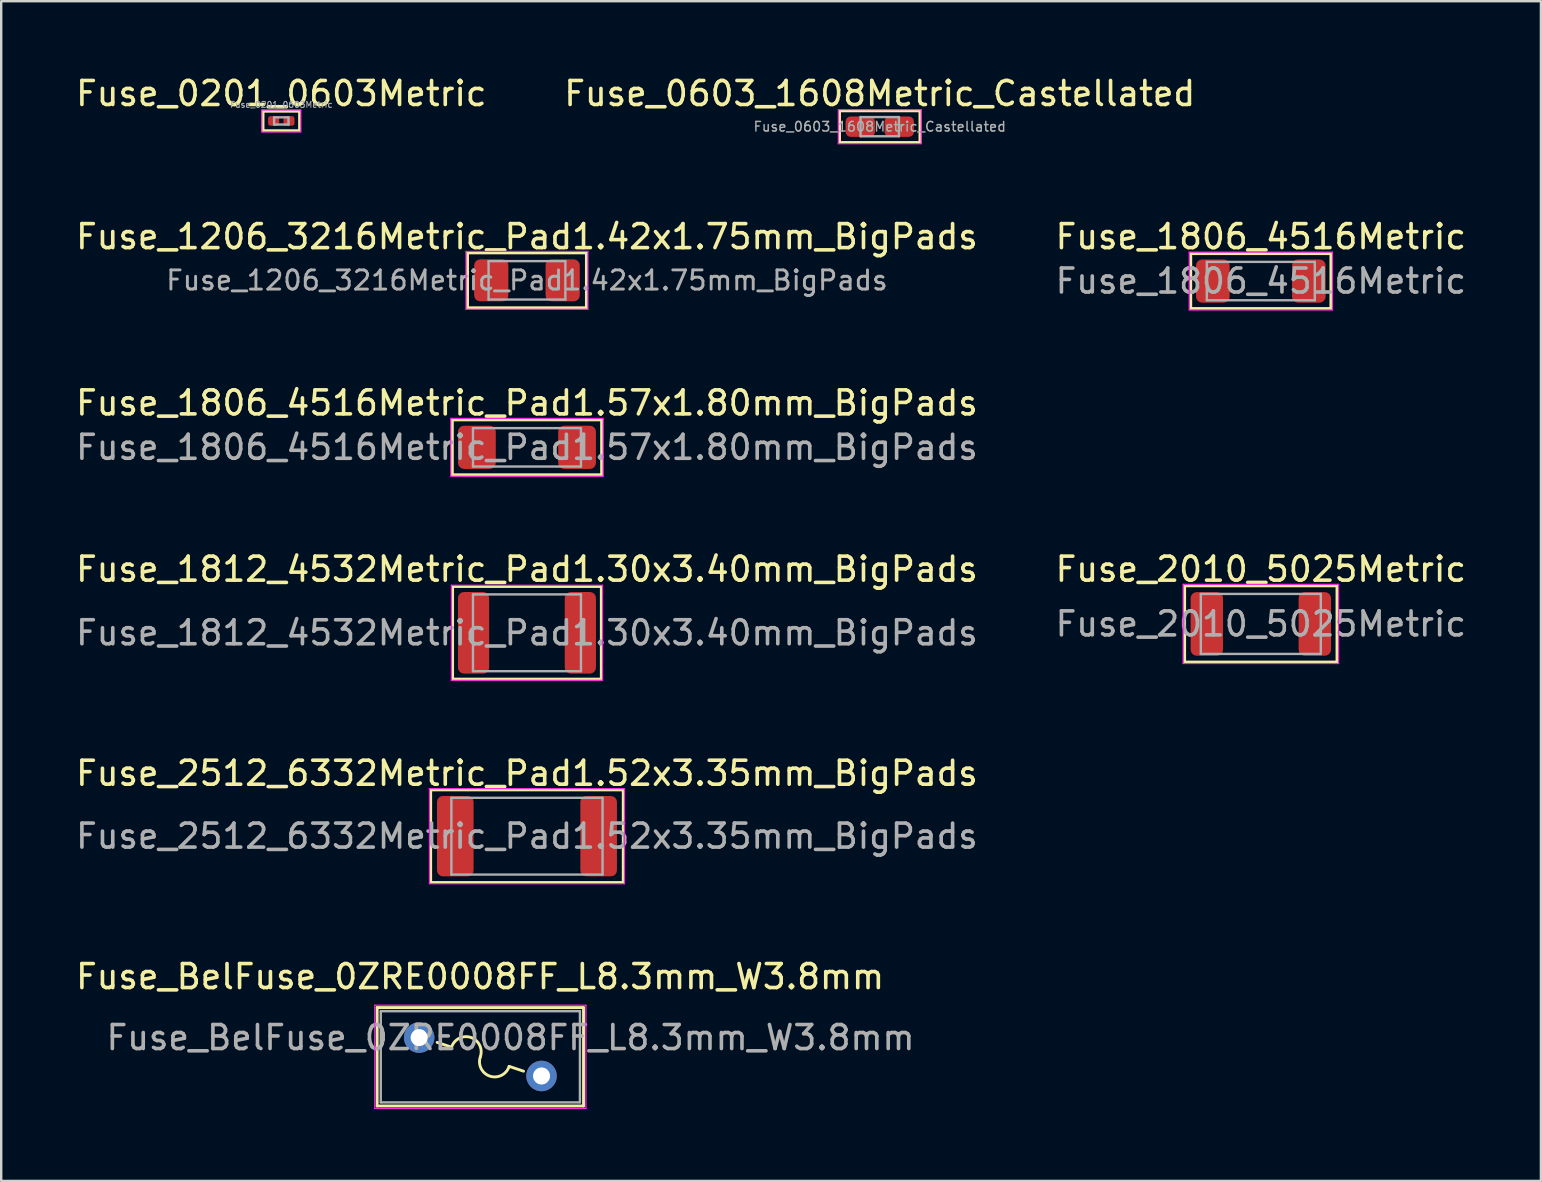
<source format=kicad_pcb>
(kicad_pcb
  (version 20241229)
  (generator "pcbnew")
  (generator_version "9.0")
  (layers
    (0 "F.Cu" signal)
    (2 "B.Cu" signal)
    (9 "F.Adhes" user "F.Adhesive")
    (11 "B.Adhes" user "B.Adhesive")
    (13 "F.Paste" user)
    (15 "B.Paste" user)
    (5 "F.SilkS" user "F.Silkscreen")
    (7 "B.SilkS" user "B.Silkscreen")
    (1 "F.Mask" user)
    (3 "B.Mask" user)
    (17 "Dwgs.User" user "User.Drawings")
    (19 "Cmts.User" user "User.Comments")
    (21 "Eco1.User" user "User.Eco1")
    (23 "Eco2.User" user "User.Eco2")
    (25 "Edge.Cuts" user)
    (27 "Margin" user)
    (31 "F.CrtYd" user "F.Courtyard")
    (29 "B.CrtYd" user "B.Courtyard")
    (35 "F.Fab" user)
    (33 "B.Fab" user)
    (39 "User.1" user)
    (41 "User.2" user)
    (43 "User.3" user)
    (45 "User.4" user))
  (footprint "Fuse_2010_5025Metric"
    (layer "F.Cu")
    (at 49.494 22.952)
    (property "Reference" "Fuse_2010_5025Metric" (at 0 -2.28 0) (layer "F.SilkS") (effects (font (size 1 1) (thickness 0.15))))
    (attr smd)
    (fp_line (start -3.175 -1.587) (end 3.175 -1.587) (stroke (width 0.12) (type solid)) (layer "F.SilkS"))
    (fp_line (start -3.175 1.587) (end -3.175 -1.587) (stroke (width 0.12) (type solid)) (layer "F.SilkS"))
    (fp_line (start 3.175 -1.587) (end 3.175 1.587) (stroke (width 0.12) (type solid)) (layer "F.SilkS"))
    (fp_line (start 3.175 1.587) (end -3.175 1.587) (stroke (width 0.12) (type solid)) (layer "F.SilkS"))
    (fp_line (start -3.239 -1.651) (end 3.239 -1.651) (stroke (width 0.05) (type solid)) (layer "F.CrtYd"))
    (fp_line (start -3.239 1.651) (end -3.239 -1.651) (stroke (width 0.05) (type solid)) (layer "F.CrtYd"))
    (fp_line (start 3.239 -1.651) (end 3.239 1.651) (stroke (width 0.05) (type solid)) (layer "F.CrtYd"))
    (fp_line (start 3.239 1.651) (end -3.239 1.651) (stroke (width 0.05) (type solid)) (layer "F.CrtYd"))
    (fp_line (start -2.5 -1.25) (end 2.5 -1.25) (stroke (width 0.1) (type solid)) (layer "F.Fab"))
    (fp_line (start -2.5 1.25) (end -2.5 -1.25) (stroke (width 0.1) (type solid)) (layer "F.Fab"))
    (fp_line (start 2.5 -1.25) (end 2.5 1.25) (stroke (width 0.1) (type solid)) (layer "F.Fab"))
    (fp_line (start 2.5 1.25) (end -2.5 1.25) (stroke (width 0.1) (type solid)) (layer "F.Fab"))
    (fp_text user "${REFERENCE}" (at 0 0 0) (layer "F.Fab") (effects (font (size 1 1) (thickness 0.15))))
    (pad "1" smd roundrect (at -2.25 0) (size 1.35 2.65) (layers "F.Cu" "F.Mask" "F.Paste") (roundrect_rratio 0.185))
    (pad "2" smd roundrect (at 2.25 0) (size 1.35 2.65) (layers "F.Cu" "F.Mask" "F.Paste") (roundrect_rratio 0.185)))
  (footprint "Fuse_0201_0603Metric"
    (layer "F.Cu")
    (at 8.673 1.991)
    (property "Reference" "Fuse_0201_0603Metric" (at 0 -1.143 0) (layer "F.SilkS") (effects (font (size 1 1) (thickness 0.15))))
    (attr smd)
    (fp_line (start -0.762 -0.406) (end 0.762 -0.406) (stroke (width 0.12) (type solid)) (layer "F.SilkS"))
    (fp_line (start -0.762 0.406) (end -0.762 -0.406) (stroke (width 0.12) (type solid)) (layer "F.SilkS"))
    (fp_line (start 0.762 -0.406) (end 0.762 0.406) (stroke (width 0.12) (type solid)) (layer "F.SilkS"))
    (fp_line (start 0.762 0.406) (end -0.762 0.406) (stroke (width 0.12) (type solid)) (layer "F.SilkS"))
    (fp_line (start -0.813 -0.457) (end 0.813 -0.457) (stroke (width 0.05) (type solid)) (layer "F.CrtYd"))
    (fp_line (start -0.813 0.457) (end -0.813 -0.457) (stroke (width 0.05) (type solid)) (layer "F.CrtYd"))
    (fp_line (start 0.813 -0.457) (end 0.813 0.457) (stroke (width 0.05) (type solid)) (layer "F.CrtYd"))
    (fp_line (start 0.813 0.457) (end -0.813 0.457) (stroke (width 0.05) (type solid)) (layer "F.CrtYd"))
    (fp_line (start -0.3 -0.15) (end 0.3 -0.15) (stroke (width 0.1) (type solid)) (layer "F.Fab"))
    (fp_line (start -0.3 0.15) (end -0.3 -0.15) (stroke (width 0.1) (type solid)) (layer "F.Fab"))
    (fp_line (start 0.3 -0.15) (end 0.3 0.15) (stroke (width 0.1) (type solid)) (layer "F.Fab"))
    (fp_line (start 0.3 0.15) (end -0.3 0.15) (stroke (width 0.1) (type solid)) (layer "F.Fab"))
    (fp_text user "${REFERENCE}" (at 0 -0.68 0) (layer "F.Fab") (effects (font (size 0.25 0.25) (thickness 0.04))))
    (pad "" smd roundrect (at -0.345 0) (size 0.318 0.36) (layers "F.Paste") (roundrect_rratio 0.25))
    (pad "" smd roundrect (at 0.345 0) (size 0.318 0.36) (layers "F.Paste") (roundrect_rratio 0.25))
    (pad "1" smd roundrect (at -0.32 0) (size 0.46 0.4) (layers "F.Cu" "F.Mask") (roundrect_rratio 0.25))
    (pad "2" smd roundrect (at 0.32 0) (size 0.46 0.4) (layers "F.Cu" "F.Mask") (roundrect_rratio 0.25)))
  (footprint "Fuse_1812_4532Metric_Pad1.30x3.40mm_BigPads"
    (layer "F.Cu")
    (at 18.911 23.322)
    (property "Reference" "Fuse_1812_4532Metric_Pad1.30x3.40mm_BigPads" (at 0 -2.65 0) (layer "F.SilkS") (effects (font (size 1 1) (thickness 0.15))))
    (attr smd)
    (fp_line (start -3.099 -1.93) (end 3.099 -1.93) (stroke (width 0.12) (type solid)) (layer "F.SilkS"))
    (fp_line (start -3.099 1.93) (end -3.099 -1.93) (stroke (width 0.12) (type solid)) (layer "F.SilkS"))
    (fp_line (start 3.099 -1.93) (end 3.099 1.93) (stroke (width 0.12) (type solid)) (layer "F.SilkS"))
    (fp_line (start 3.099 1.93) (end -3.099 1.93) (stroke (width 0.12) (type solid)) (layer "F.SilkS"))
    (fp_line (start -3.15 -1.981) (end 3.15 -1.981) (stroke (width 0.05) (type solid)) (layer "F.CrtYd"))
    (fp_line (start -3.15 1.981) (end -3.15 -1.981) (stroke (width 0.05) (type solid)) (layer "F.CrtYd"))
    (fp_line (start 3.15 -1.981) (end 3.15 1.981) (stroke (width 0.05) (type solid)) (layer "F.CrtYd"))
    (fp_line (start 3.15 1.981) (end -3.15 1.981) (stroke (width 0.05) (type solid)) (layer "F.CrtYd"))
    (fp_line (start -2.25 -1.6) (end 2.25 -1.6) (stroke (width 0.1) (type solid)) (layer "F.Fab"))
    (fp_line (start -2.25 1.6) (end -2.25 -1.6) (stroke (width 0.1) (type solid)) (layer "F.Fab"))
    (fp_line (start 2.25 -1.6) (end 2.25 1.6) (stroke (width 0.1) (type solid)) (layer "F.Fab"))
    (fp_line (start 2.25 1.6) (end -2.25 1.6) (stroke (width 0.1) (type solid)) (layer "F.Fab"))
    (fp_text user "${REFERENCE}" (at 0 0 0) (layer "F.Fab") (effects (font (size 1 1) (thickness 0.15))))
    (pad "1" smd roundrect (at -2.225 0) (size 1.3 3.4) (layers "F.Cu" "F.Mask" "F.Paste") (roundrect_rratio 0.192))
    (pad "2" smd roundrect (at 2.225 0) (size 1.3 3.4) (layers "F.Cu" "F.Mask" "F.Paste") (roundrect_rratio 0.192)))
  (footprint "Fuse_0603_1608Metric_Castellated"
    (layer "F.Cu")
    (at 33.613 2.228)
    (property "Reference" "Fuse_0603_1608Metric_Castellated" (at 0 -1.38 0) (layer "F.SilkS") (effects (font (size 1 1) (thickness 0.15))))
    (attr smd)
    (fp_line (start -1.676 -0.66) (end 1.676 -0.66) (stroke (width 0.12) (type solid)) (layer "F.SilkS"))
    (fp_line (start -1.676 0.66) (end -1.676 -0.66) (stroke (width 0.12) (type solid)) (layer "F.SilkS"))
    (fp_line (start 1.676 -0.66) (end 1.676 0.66) (stroke (width 0.12) (type solid)) (layer "F.SilkS"))
    (fp_line (start 1.676 0.66) (end -1.676 0.66) (stroke (width 0.12) (type solid)) (layer "F.SilkS"))
    (fp_line (start -1.727 -0.711) (end 1.727 -0.711) (stroke (width 0.05) (type solid)) (layer "F.CrtYd"))
    (fp_line (start -1.727 0.711) (end -1.727 -0.711) (stroke (width 0.05) (type solid)) (layer "F.CrtYd"))
    (fp_line (start 1.727 -0.711) (end 1.727 0.711) (stroke (width 0.05) (type solid)) (layer "F.CrtYd"))
    (fp_line (start 1.727 0.711) (end -1.727 0.711) (stroke (width 0.05) (type solid)) (layer "F.CrtYd"))
    (fp_line (start -0.8 -0.4) (end 0.8 -0.4) (stroke (width 0.1) (type solid)) (layer "F.Fab"))
    (fp_line (start -0.8 0.4) (end -0.8 -0.4) (stroke (width 0.1) (type solid)) (layer "F.Fab"))
    (fp_line (start 0.8 -0.4) (end 0.8 0.4) (stroke (width 0.1) (type solid)) (layer "F.Fab"))
    (fp_line (start 0.8 0.4) (end -0.8 0.4) (stroke (width 0.1) (type solid)) (layer "F.Fab"))
    (fp_text user "${REFERENCE}" (at 0 0 0) (layer "F.Fab") (effects (font (size 0.4 0.4) (thickness 0.06))))
    (pad "1" smd roundrect (at -0.812 0) (size 1.225 0.85) (layers "F.Cu" "F.Mask" "F.Paste") (roundrect_rratio 0.25))
    (pad "2" smd roundrect (at 0.812 0) (size 1.225 0.85) (layers "F.Cu" "F.Mask" "F.Paste") (roundrect_rratio 0.25)))
  (footprint "Fuse_BelFuse_0ZRE0008FF_L8.3mm_W3.8mm"
    (layer "F.Cu")
    (at 14.418 40.191)
    (property "Reference" "Fuse_BelFuse_0ZRE0008FF_L8.3mm_W3.8mm" (at 2.54 -2.54 0) (layer "F.SilkS") (effects (font (size 1 1) (thickness 0.15))))
    (fp_line (start -1.75 -1.25) (end -1.75 2.85) (stroke (width 0.12) (type solid)) (layer "F.SilkS"))
    (fp_line (start -1.75 -1.25) (end 6.85 -1.25) (stroke (width 0.12) (type solid)) (layer "F.SilkS"))
    (fp_line (start -1.75 2.85) (end 6.85 2.85) (stroke (width 0.12) (type solid)) (layer "F.SilkS"))
    (fp_line (start 0.75 0.2) (end 1.35 0.4) (stroke (width 0.12) (type solid)) (layer "F.SilkS"))
    (fp_line (start 3.75 1.2) (end 4.35 1.4) (stroke (width 0.12) (type solid)) (layer "F.SilkS"))
    (fp_line (start 6.85 -1.25) (end 6.85 2.85) (stroke (width 0.12) (type solid)) (layer "F.SilkS"))
    (fp_arc (start 1.350003 0.400002) (mid 2.150001 0.000002) (end 2.550001 0.8) (stroke (width 0.12) (type solid)) (layer "F.SilkS"))
    (fp_arc (start 3.749999 1.199998) (mid 2.950001 1.599998) (end 2.550001 0.8) (stroke (width 0.12) (type solid)) (layer "F.SilkS"))
    (fp_line (start -1.85 -1.35) (end -1.85 2.95) (stroke (width 0.05) (type solid)) (layer "F.CrtYd"))
    (fp_line (start -1.85 -1.35) (end 6.95 -1.35) (stroke (width 0.05) (type solid)) (layer "F.CrtYd"))
    (fp_line (start -1.85 2.95) (end 6.95 2.95) (stroke (width 0.05) (type solid)) (layer "F.CrtYd"))
    (fp_line (start 6.95 -1.35) (end 6.95 2.95) (stroke (width 0.05) (type solid)) (layer "F.CrtYd"))
    (fp_line (start -1.6 -1.1) (end -1.6 2.7) (stroke (width 0.1) (type solid)) (layer "F.Fab"))
    (fp_line (start -1.6 -1.1) (end 6.7 -1.1) (stroke (width 0.1) (type solid)) (layer "F.Fab"))
    (fp_line (start -1.6 2.7) (end 6.7 2.7) (stroke (width 0.1) (type solid)) (layer "F.Fab"))
    (fp_line (start 6.7 -1.1) (end 6.7 2.7) (stroke (width 0.1) (type solid)) (layer "F.Fab"))
    (fp_text user "${REFERENCE}" (at 3.81 0 0) (layer "F.Fab") (effects (font (size 1 1) (thickness 0.15))))
    (pad "1" thru_hole circle (at 0 0) (size 1.27 1.27) (drill 0.71) (layers "*.Cu" "*.Mask"))
    (pad "2" thru_hole circle (at 5.1 1.6) (size 1.27 1.27) (drill 0.71) (layers "*.Cu" "*.Mask")))
  (footprint "Fuse_2512_6332Metric_Pad1.52x3.35mm_BigPads"
    (layer "F.Cu")
    (at 18.911 31.797)
    (property "Reference" "Fuse_2512_6332Metric_Pad1.52x3.35mm_BigPads" (at 0 -2.62 0) (layer "F.SilkS") (effects (font (size 1 1) (thickness 0.15))))
    (attr smd)
    (fp_line (start -4.013 -1.93) (end 4.013 -1.93) (stroke (width 0.12) (type solid)) (layer "F.SilkS"))
    (fp_line (start -4.013 1.93) (end -4.013 -1.93) (stroke (width 0.12) (type solid)) (layer "F.SilkS"))
    (fp_line (start 4.013 -1.93) (end 4.013 1.93) (stroke (width 0.12) (type solid)) (layer "F.SilkS"))
    (fp_line (start 4.013 1.93) (end -4.013 1.93) (stroke (width 0.12) (type solid)) (layer "F.SilkS"))
    (fp_line (start -4.064 -1.981) (end 4.064 -1.981) (stroke (width 0.05) (type solid)) (layer "F.CrtYd"))
    (fp_line (start -4.064 1.981) (end -4.064 -1.981) (stroke (width 0.05) (type solid)) (layer "F.CrtYd"))
    (fp_line (start 4.064 -1.981) (end 4.064 1.981) (stroke (width 0.05) (type solid)) (layer "F.CrtYd"))
    (fp_line (start 4.064 1.981) (end -4.064 1.981) (stroke (width 0.05) (type solid)) (layer "F.CrtYd"))
    (fp_line (start -3.15 -1.6) (end 3.15 -1.6) (stroke (width 0.1) (type solid)) (layer "F.Fab"))
    (fp_line (start -3.15 1.6) (end -3.15 -1.6) (stroke (width 0.1) (type solid)) (layer "F.Fab"))
    (fp_line (start 3.15 -1.6) (end 3.15 1.6) (stroke (width 0.1) (type solid)) (layer "F.Fab"))
    (fp_line (start 3.15 1.6) (end -3.15 1.6) (stroke (width 0.1) (type solid)) (layer "F.Fab"))
    (fp_text user "${REFERENCE}" (at 0 0 0) (layer "F.Fab") (effects (font (size 1 1) (thickness 0.15))))
    (pad "1" smd roundrect (at -2.987 0) (size 1.525 3.35) (layers "F.Cu" "F.Mask" "F.Paste") (roundrect_rratio 0.164))
    (pad "2" smd roundrect (at 2.987 0) (size 1.525 3.35) (layers "F.Cu" "F.Mask" "F.Paste") (roundrect_rratio 0.164)))
  (footprint "Fuse_1806_4516Metric"
    (layer "F.Cu")
    (at 49.494 8.663)
    (property "Reference" "Fuse_1806_4516Metric" (at 0 -1.85 0) (layer "F.SilkS") (effects (font (size 1 1) (thickness 0.15))))
    (attr smd)
    (fp_line (start -2.921 -1.143) (end 2.921 -1.143) (stroke (width 0.12) (type solid)) (layer "F.SilkS"))
    (fp_line (start -2.921 1.143) (end -2.921 -1.143) (stroke (width 0.12) (type solid)) (layer "F.SilkS"))
    (fp_line (start 2.921 -1.143) (end 2.921 1.143) (stroke (width 0.12) (type solid)) (layer "F.SilkS"))
    (fp_line (start 2.921 1.143) (end -2.921 1.143) (stroke (width 0.12) (type solid)) (layer "F.SilkS"))
    (fp_line (start -2.985 -1.206) (end 2.985 -1.206) (stroke (width 0.05) (type solid)) (layer "F.CrtYd"))
    (fp_line (start -2.985 1.206) (end -2.985 -1.206) (stroke (width 0.05) (type solid)) (layer "F.CrtYd"))
    (fp_line (start 2.985 -1.206) (end 2.985 1.206) (stroke (width 0.05) (type solid)) (layer "F.CrtYd"))
    (fp_line (start 2.985 1.206) (end -2.985 1.206) (stroke (width 0.05) (type solid)) (layer "F.CrtYd"))
    (fp_line (start -2.25 -0.8) (end 2.25 -0.8) (stroke (width 0.1) (type solid)) (layer "F.Fab"))
    (fp_line (start -2.25 0.8) (end -2.25 -0.8) (stroke (width 0.1) (type solid)) (layer "F.Fab"))
    (fp_line (start 2.25 -0.8) (end 2.25 0.8) (stroke (width 0.1) (type solid)) (layer "F.Fab"))
    (fp_line (start 2.25 0.8) (end -2.25 0.8) (stroke (width 0.1) (type solid)) (layer "F.Fab"))
    (fp_text user "${REFERENCE}" (at 0 0 0) (layer "F.Fab") (effects (font (size 1 1) (thickness 0.15))))
    (pad "1" smd roundrect (at -2 0) (size 1.4 1.8) (layers "F.Cu" "F.Mask" "F.Paste") (roundrect_rratio 0.179))
    (pad "2" smd roundrect (at 2 0) (size 1.4 1.8) (layers "F.Cu" "F.Mask" "F.Paste") (roundrect_rratio 0.179)))
  (footprint "Fuse_1206_3216Metric_Pad1.42x1.75mm_BigPads"
    (layer "F.Cu")
    (at 18.911 8.633)
    (property "Reference" "Fuse_1206_3216Metric_Pad1.42x1.75mm_BigPads" (at 0 -1.82 0) (layer "F.SilkS") (effects (font (size 1 1) (thickness 0.15))))
    (attr smd)
    (fp_line (start -2.477 -1.143) (end 2.477 -1.143) (stroke (width 0.12) (type solid)) (layer "F.SilkS"))
    (fp_line (start -2.477 1.143) (end -2.477 -1.143) (stroke (width 0.12) (type solid)) (layer "F.SilkS"))
    (fp_line (start 2.477 -1.143) (end 2.477 1.143) (stroke (width 0.12) (type solid)) (layer "F.SilkS"))
    (fp_line (start 2.477 1.143) (end -2.477 1.143) (stroke (width 0.12) (type solid)) (layer "F.SilkS"))
    (fp_line (start -2.54 -1.206) (end 2.54 -1.206) (stroke (width 0.05) (type solid)) (layer "F.CrtYd"))
    (fp_line (start -2.54 1.206) (end -2.54 -1.206) (stroke (width 0.05) (type solid)) (layer "F.CrtYd"))
    (fp_line (start 2.54 -1.206) (end 2.54 1.206) (stroke (width 0.05) (type solid)) (layer "F.CrtYd"))
    (fp_line (start 2.54 1.206) (end -2.54 1.206) (stroke (width 0.05) (type solid)) (layer "F.CrtYd"))
    (fp_line (start -1.6 -0.8) (end 1.6 -0.8) (stroke (width 0.1) (type solid)) (layer "F.Fab"))
    (fp_line (start -1.6 0.8) (end -1.6 -0.8) (stroke (width 0.1) (type solid)) (layer "F.Fab"))
    (fp_line (start 1.6 -0.8) (end 1.6 0.8) (stroke (width 0.1) (type solid)) (layer "F.Fab"))
    (fp_line (start 1.6 0.8) (end -1.6 0.8) (stroke (width 0.1) (type solid)) (layer "F.Fab"))
    (fp_text user "${REFERENCE}" (at 0 0 0) (layer "F.Fab") (effects (font (size 0.8 0.8) (thickness 0.12))))
    (pad "1" smd roundrect (at -1.488 0) (size 1.425 1.75) (layers "F.Cu" "F.Mask" "F.Paste") (roundrect_rratio 0.175))
    (pad "2" smd roundrect (at 1.488 0) (size 1.425 1.75) (layers "F.Cu" "F.Mask" "F.Paste") (roundrect_rratio 0.175)))
  (footprint "Fuse_1806_4516Metric_Pad1.57x1.80mm_BigPads"
    (layer "F.Cu")
    (at 18.911 15.592)
    (property "Reference" "Fuse_1806_4516Metric_Pad1.57x1.80mm_BigPads" (at 0 -1.85 0) (layer "F.SilkS") (effects (font (size 1 1) (thickness 0.15))))
    (attr smd)
    (fp_line (start -3.111 -1.143) (end 3.111 -1.143) (stroke (width 0.12) (type solid)) (layer "F.SilkS"))
    (fp_line (start -3.111 1.143) (end -3.111 -1.143) (stroke (width 0.12) (type solid)) (layer "F.SilkS"))
    (fp_line (start 3.111 -1.143) (end 3.111 1.143) (stroke (width 0.12) (type solid)) (layer "F.SilkS"))
    (fp_line (start 3.111 1.143) (end -3.111 1.143) (stroke (width 0.12) (type solid)) (layer "F.SilkS"))
    (fp_line (start -3.175 -1.206) (end 3.175 -1.206) (stroke (width 0.05) (type solid)) (layer "F.CrtYd"))
    (fp_line (start -3.175 1.206) (end -3.175 -1.206) (stroke (width 0.05) (type solid)) (layer "F.CrtYd"))
    (fp_line (start 3.175 -1.206) (end 3.175 1.206) (stroke (width 0.05) (type solid)) (layer "F.CrtYd"))
    (fp_line (start 3.175 1.206) (end -3.175 1.206) (stroke (width 0.05) (type solid)) (layer "F.CrtYd"))
    (fp_line (start -2.25 -0.8) (end 2.25 -0.8) (stroke (width 0.1) (type solid)) (layer "F.Fab"))
    (fp_line (start -2.25 0.8) (end -2.25 -0.8) (stroke (width 0.1) (type solid)) (layer "F.Fab"))
    (fp_line (start 2.25 -0.8) (end 2.25 0.8) (stroke (width 0.1) (type solid)) (layer "F.Fab"))
    (fp_line (start 2.25 0.8) (end -2.25 0.8) (stroke (width 0.1) (type solid)) (layer "F.Fab"))
    (fp_text user "${REFERENCE}" (at 0 0 0) (layer "F.Fab") (effects (font (size 1 1) (thickness 0.15))))
    (pad "1" smd roundrect (at -2.087 0) (size 1.575 1.8) (layers "F.Cu" "F.Mask" "F.Paste") (roundrect_rratio 0.159))
    (pad "2" smd roundrect (at 2.087 0) (size 1.575 1.8) (layers "F.Cu" "F.Mask" "F.Paste") (roundrect_rratio 0.159)))
  (gr_rect
    (start -3 -3)
    (end 61.167 46.166)
    (stroke (width 0.1) (type default))
    (fill no)
    (layer "Edge.Cuts")))
</source>
